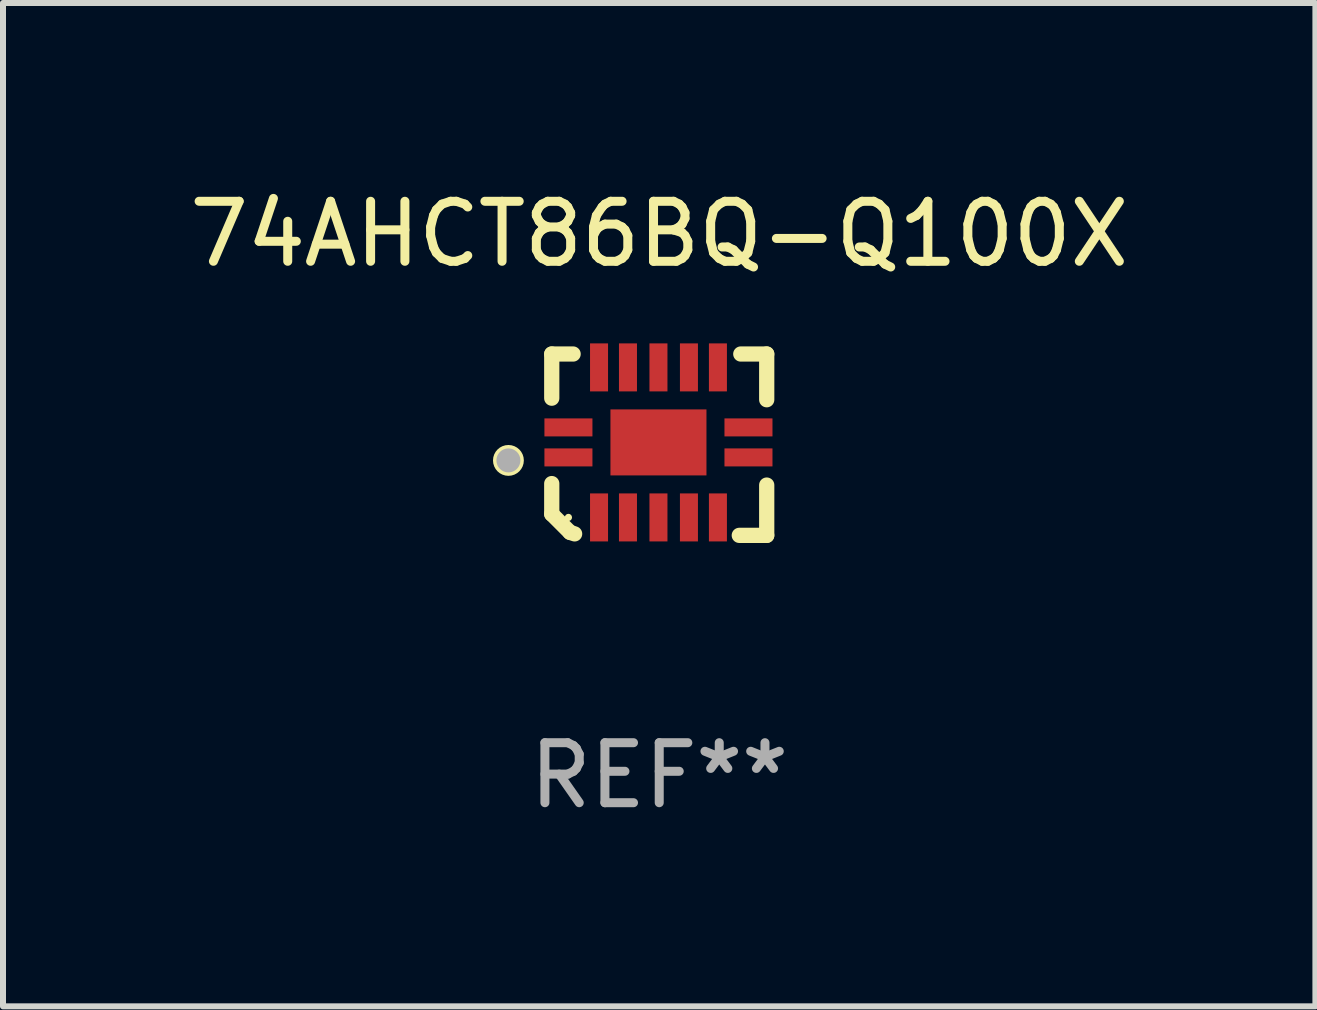
<source format=kicad_pcb>
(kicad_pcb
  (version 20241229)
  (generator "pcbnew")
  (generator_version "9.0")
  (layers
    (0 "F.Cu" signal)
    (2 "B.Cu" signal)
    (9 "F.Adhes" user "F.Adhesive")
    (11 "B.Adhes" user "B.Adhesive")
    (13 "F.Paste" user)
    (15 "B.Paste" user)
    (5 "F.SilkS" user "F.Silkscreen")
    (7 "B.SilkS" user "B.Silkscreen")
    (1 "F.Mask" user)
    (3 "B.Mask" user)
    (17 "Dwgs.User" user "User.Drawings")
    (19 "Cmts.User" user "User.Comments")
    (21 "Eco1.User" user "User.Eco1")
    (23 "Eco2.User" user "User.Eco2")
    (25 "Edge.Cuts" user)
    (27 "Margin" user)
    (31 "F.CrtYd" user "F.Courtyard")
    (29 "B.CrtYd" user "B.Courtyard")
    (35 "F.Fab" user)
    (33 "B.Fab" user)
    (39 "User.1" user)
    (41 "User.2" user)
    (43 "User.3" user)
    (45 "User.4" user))
  (footprint "74AHCT86BQ-Q100X"
    (layer "F.Cu")
    (at 7.935 4.36)
    (property "Reference" "74AHCT86BQ-Q100X" (at 0 -3.511 0) (layer "F.SilkS") (effects (font (size 1 1) (thickness 0.15))))
    (attr through_hole)
    (fp_line (start -1.791 -1.511) (end -1.435 -1.511) (stroke (width 0.254) (type solid)) (layer "F.SilkS"))
    (fp_line (start -1.791 -0.775) (end -1.791 -1.511) (stroke (width 0.254) (type solid)) (layer "F.SilkS"))
    (fp_line (start -1.791 1.156) (end -1.791 0.648) (stroke (width 0.254) (type solid)) (layer "F.SilkS"))
    (fp_line (start -1.486 1.461) (end -1.791 1.156) (stroke (width 0.254) (type solid)) (layer "F.SilkS"))
    (fp_line (start -1.41 1.486) (end -1.486 1.461) (stroke (width 0.254) (type solid)) (layer "F.SilkS"))
    (fp_line (start 1.334 1.511) (end 1.791 1.511) (stroke (width 0.254) (type solid)) (layer "F.SilkS"))
    (fp_line (start 1.791 -1.511) (end 1.359 -1.511) (stroke (width 0.254) (type solid)) (layer "F.SilkS"))
    (fp_line (start 1.791 -0.749) (end 1.791 -1.511) (stroke (width 0.254) (type solid)) (layer "F.SilkS"))
    (fp_line (start 1.791 1.511) (end 1.791 0.673) (stroke (width 0.254) (type solid)) (layer "F.SilkS"))
    (fp_circle (center -2.513 0.262) (end -2.383 0.262) (stroke (width 0.254) (type solid)) (fill no) (layer "F.SilkS"))
    (fp_circle (center -1.513 1.212) (end -1.483 1.212) (stroke (width 0.06) (type solid)) (fill no) (layer "F.SilkS"))
    (fp_circle (center -2.513 0.262) (end -2.413 0.262) (stroke (width 0.2) (type solid)) (fill no) (layer "F.Fab"))
    (fp_text user "REF**" (at 0 5.511 0) (layer "F.Fab") (effects (font (size 1 1) (thickness 0.15))))
    (pad "1" smd rect (at -1.513 0.212) (size 0.8 0.3) (layers "F.Cu" "F.Mask" "F.Paste"))
    (pad "2" smd rect (at -1.003 1.212) (size 0.3 0.8) (layers "F.Cu" "F.Mask" "F.Paste"))
    (pad "3" smd rect (at -0.521 1.212) (size 0.3 0.8) (layers "F.Cu" "F.Mask" "F.Paste"))
    (pad "4" smd rect (at -0.013 1.212) (size 0.3 0.8) (layers "F.Cu" "F.Mask" "F.Paste"))
    (pad "5" smd rect (at 0.495 1.212) (size 0.3 0.8) (layers "F.Cu" "F.Mask" "F.Paste"))
    (pad "6" smd rect (at 0.978 1.212) (size 0.3 0.8) (layers "F.Cu" "F.Mask" "F.Paste"))
    (pad "7" smd rect (at 1.487 0.212) (size 0.8 0.3) (layers "F.Cu" "F.Mask" "F.Paste"))
    (pad "8" smd rect (at 1.487 -0.288) (size 0.8 0.3) (layers "F.Cu" "F.Mask" "F.Paste"))
    (pad "9" smd rect (at 0.978 -1.288) (size 0.3 0.8) (layers "F.Cu" "F.Mask" "F.Paste"))
    (pad "10" smd rect (at 0.495 -1.288) (size 0.3 0.8) (layers "F.Cu" "F.Mask" "F.Paste"))
    (pad "11" smd rect (at -0.013 -1.288) (size 0.3 0.8) (layers "F.Cu" "F.Mask" "F.Paste"))
    (pad "12" smd rect (at -0.521 -1.288) (size 0.3 0.8) (layers "F.Cu" "F.Mask" "F.Paste"))
    (pad "13" smd rect (at -1.003 -1.288) (size 0.3 0.8) (layers "F.Cu" "F.Mask" "F.Paste"))
    (pad "14" smd rect (at -1.513 -0.288) (size 0.8 0.3) (layers "F.Cu" "F.Mask" "F.Paste"))
    (pad "15" smd rect (at -0.013 -0.038 90) (size 1.1 1.6) (layers "F.Cu" "F.Mask" "F.Paste")))
  (gr_rect
    (start -3 -3)
    (end 18.869 13.719)
    (stroke (width 0.1) (type default))
    (fill no)
    (layer "Edge.Cuts")))
</source>
